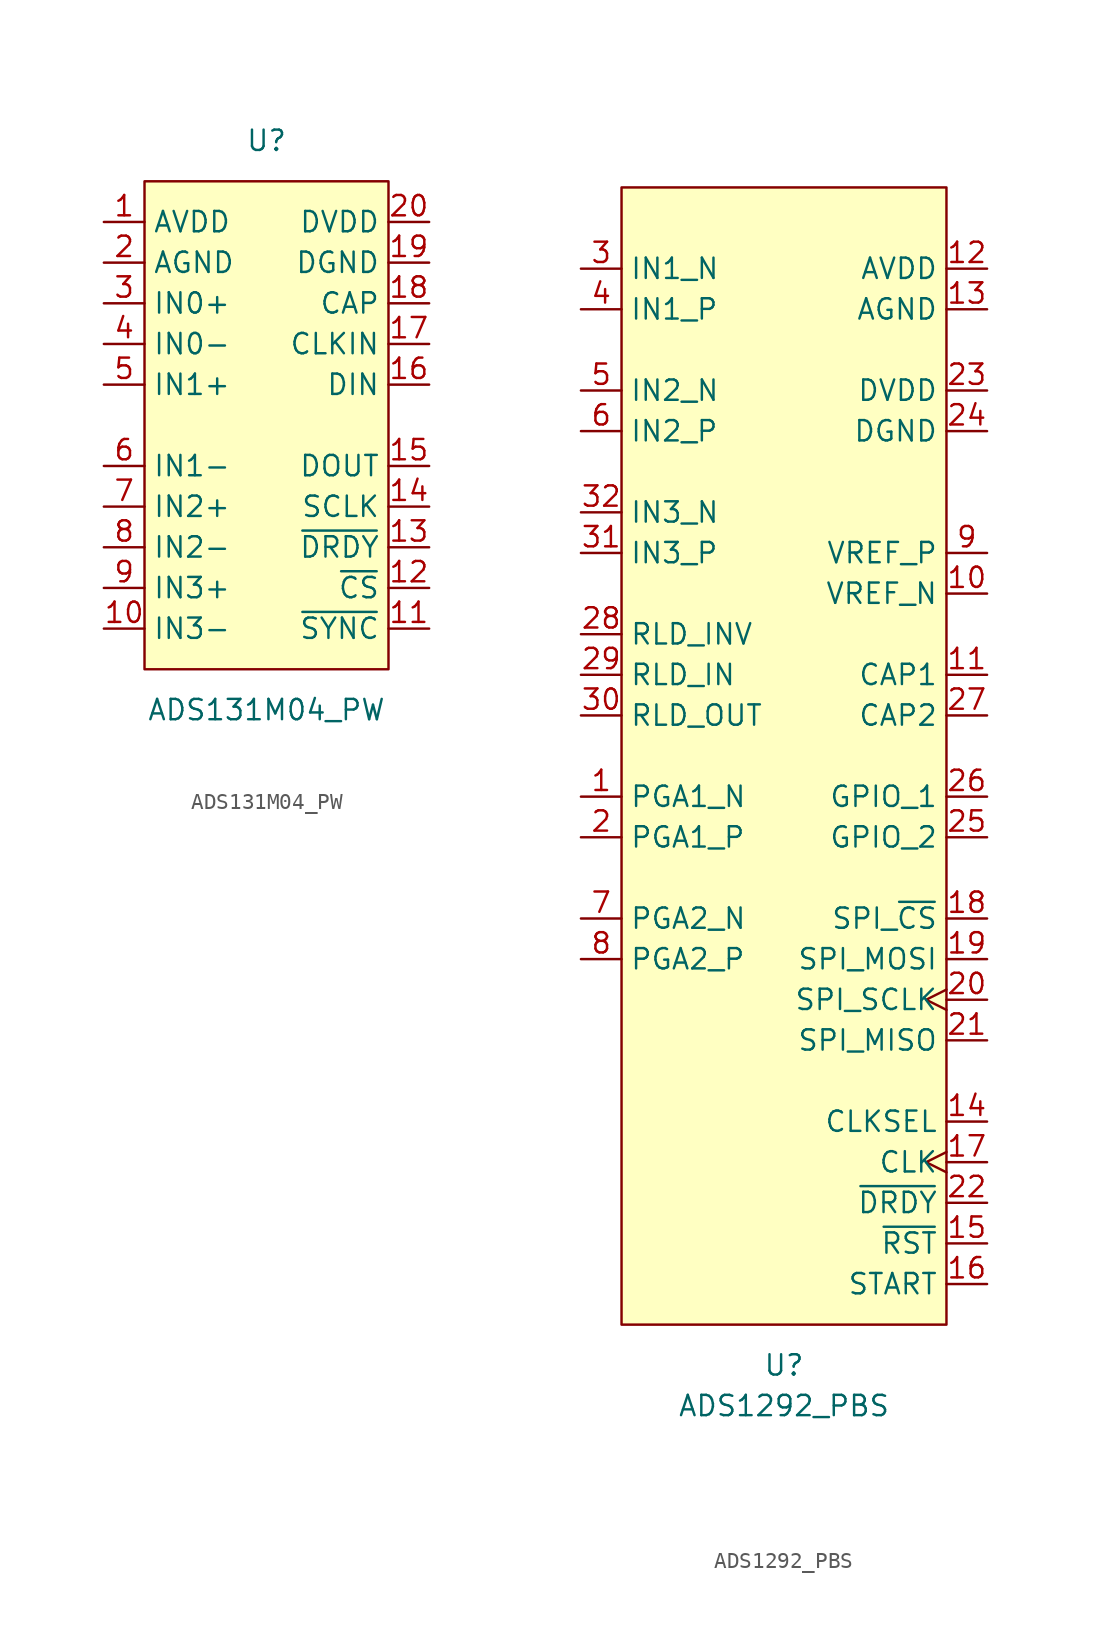
<source format=kicad_sym>
(kicad_symbol_lib
  (version 20211014)
  (generator kicad_symbol_editor)
  (symbol "ADS131M04_PW"
    (property "Reference" "U"
      (at 0 17.78 0)
      (effects (font (size 1.27 1.27))))
    (property "Value" "ADS131M04_PW"
      (at 0 -17.78 0)
      (effects (font (size 1.27 1.27))))
    (symbol "ADS131M04_PW_0_1"
      (rectangle (start -7.62 15.24) (end 7.62 -15.24) (stroke (width 0) (type default) (color 0 0 0 0)) (fill (type background))))
    (symbol "ADS131M04_PW_1_1"
      (pin power_in line (at -10.16 12.7 0) (length 2.54) (name "AVDD" (effects (font (size 1.27 1.27)))) (number "1" (effects (font (size 1.27 1.27)))))
      (pin input line (at -10.16 -12.7 0) (length 2.54) (name "IN3-" (effects (font (size 1.27 1.27)))) (number "10" (effects (font (size 1.27 1.27)))))
      (pin input line (at 10.16 -12.7 180) (length 2.54) (name "~{SYNC}" (effects (font (size 1.27 1.27)))) (number "11" (effects (font (size 1.27 1.27)))))
      (pin input line (at 10.16 -10.16 180) (length 2.54) (name "~{CS}" (effects (font (size 1.27 1.27)))) (number "12" (effects (font (size 1.27 1.27)))))
      (pin output line (at 10.16 -7.62 180) (length 2.54) (name "~{DRDY}" (effects (font (size 1.27 1.27)))) (number "13" (effects (font (size 1.27 1.27)))))
      (pin input line (at 10.16 -5.08 180) (length 2.54) (name "SCLK" (effects (font (size 1.27 1.27)))) (number "14" (effects (font (size 1.27 1.27)))))
      (pin output line (at 10.16 -2.54 180) (length 2.54) (name "DOUT" (effects (font (size 1.27 1.27)))) (number "15" (effects (font (size 1.27 1.27)))))
      (pin input line (at 10.16 2.54 180) (length 2.54) (name "DIN" (effects (font (size 1.27 1.27)))) (number "16" (effects (font (size 1.27 1.27)))))
      (pin input line (at 10.16 5.08 180) (length 2.54) (name "CLKIN" (effects (font (size 1.27 1.27)))) (number "17" (effects (font (size 1.27 1.27)))))
      (pin output line (at 10.16 7.62 180) (length 2.54) (name "CAP" (effects (font (size 1.27 1.27)))) (number "18" (effects (font (size 1.27 1.27)))))
      (pin passive line (at 10.16 10.16 180) (length 2.54) (name "DGND" (effects (font (size 1.27 1.27)))) (number "19" (effects (font (size 1.27 1.27)))))
      (pin passive line (at -10.16 10.16 0) (length 2.54) (name "AGND" (effects (font (size 1.27 1.27)))) (number "2" (effects (font (size 1.27 1.27)))))
      (pin power_in line (at 10.16 12.7 180) (length 2.54) (name "DVDD" (effects (font (size 1.27 1.27)))) (number "20" (effects (font (size 1.27 1.27)))))
      (pin input line (at -10.16 7.62 0) (length 2.54) (name "IN0+" (effects (font (size 1.27 1.27)))) (number "3" (effects (font (size 1.27 1.27)))))
      (pin input line (at -10.16 5.08 0) (length 2.54) (name "IN0-" (effects (font (size 1.27 1.27)))) (number "4" (effects (font (size 1.27 1.27)))))
      (pin input line (at -10.16 2.54 0) (length 2.54) (name "IN1+" (effects (font (size 1.27 1.27)))) (number "5" (effects (font (size 1.27 1.27)))))
      (pin input line (at -10.16 -2.54 0) (length 2.54) (name "IN1-" (effects (font (size 1.27 1.27)))) (number "6" (effects (font (size 1.27 1.27)))))
      (pin input line (at -10.16 -5.08 0) (length 2.54) (name "IN2+" (effects (font (size 1.27 1.27)))) (number "7" (effects (font (size 1.27 1.27)))))
      (pin input line (at -10.16 -7.62 0) (length 2.54) (name "IN2-" (effects (font (size 1.27 1.27)))) (number "8" (effects (font (size 1.27 1.27)))))
      (pin input line (at -10.16 -10.16 0) (length 2.54) (name "IN3+" (effects (font (size 1.27 1.27)))) (number "9" (effects (font (size 1.27 1.27)))))))
  (symbol "ADS1292_PBS"
    (property "Reference" "U"
      (at 0 -38.1 0)
      (effects (font (size 1.27 1.27))))
    (property "Value" "ADS1292_PBS"
      (at 0 -40.64 0)
      (effects (font (size 1.27 1.27))))
    (symbol "ADS1292_PBS_0_1"
      (rectangle (start 10.16 -35.56) (end -10.16 35.56) (stroke (width 0) (type default) (color 0 0 0 0)) (fill (type background))))
    (symbol "ADS1292_PBS_1_1"
      (pin output line (at -12.7 -2.54 0) (length 2.54) (name "PGA1_N" (effects (font (size 1.27 1.27)))) (number "1" (effects (font (size 1.27 1.27)))))
      (pin input line (at 12.7 10.16 180) (length 2.54) (name "VREF_N" (effects (font (size 1.27 1.27)))) (number "10" (effects (font (size 1.27 1.27)))))
      (pin passive line (at 12.7 5.08 180) (length 2.54) (name "CAP1" (effects (font (size 1.27 1.27)))) (number "11" (effects (font (size 1.27 1.27)))))
      (pin power_in line (at 12.7 30.48 180) (length 2.54) (name "AVDD" (effects (font (size 1.27 1.27)))) (number "12" (effects (font (size 1.27 1.27)))))
      (pin passive line (at 12.7 27.94 180) (length 2.54) (name "AGND" (effects (font (size 1.27 1.27)))) (number "13" (effects (font (size 1.27 1.27)))))
      (pin input line (at 12.7 -22.86 180) (length 2.54) (name "CLKSEL" (effects (font (size 1.27 1.27)))) (number "14" (effects (font (size 1.27 1.27)))))
      (pin input line (at 12.7 -30.48 180) (length 2.54) (name "~{RST}" (effects (font (size 1.27 1.27)))) (number "15" (effects (font (size 1.27 1.27)))))
      (pin input line (at 12.7 -33.02 180) (length 2.54) (name "START" (effects (font (size 1.27 1.27)))) (number "16" (effects (font (size 1.27 1.27)))))
      (pin bidirectional clock (at 12.7 -25.4 180) (length 2.54) (name "CLK" (effects (font (size 1.27 1.27)))) (number "17" (effects (font (size 1.27 1.27)))))
      (pin input line (at 12.7 -10.16 180) (length 2.54) (name "SPI_~{CS}" (effects (font (size 1.27 1.27)))) (number "18" (effects (font (size 1.27 1.27)))))
      (pin input line (at 12.7 -12.7 180) (length 2.54) (name "SPI_MOSI" (effects (font (size 1.27 1.27)))) (number "19" (effects (font (size 1.27 1.27)))))
      (pin output line (at -12.7 -5.08 0) (length 2.54) (name "PGA1_P" (effects (font (size 1.27 1.27)))) (number "2" (effects (font (size 1.27 1.27)))))
      (pin input clock (at 12.7 -15.24 180) (length 2.54) (name "SPI_SCLK" (effects (font (size 1.27 1.27)))) (number "20" (effects (font (size 1.27 1.27)))))
      (pin output line (at 12.7 -17.78 180) (length 2.54) (name "SPI_MISO" (effects (font (size 1.27 1.27)))) (number "21" (effects (font (size 1.27 1.27)))))
      (pin output line (at 12.7 -27.94 180) (length 2.54) (name "~{DRDY}" (effects (font (size 1.27 1.27)))) (number "22" (effects (font (size 1.27 1.27)))))
      (pin power_in line (at 12.7 22.86 180) (length 2.54) (name "DVDD" (effects (font (size 1.27 1.27)))) (number "23" (effects (font (size 1.27 1.27)))))
      (pin passive line (at 12.7 20.32 180) (length 2.54) (name "DGND" (effects (font (size 1.27 1.27)))) (number "24" (effects (font (size 1.27 1.27)))))
      (pin bidirectional line (at 12.7 -5.08 180) (length 2.54) (name "GPIO_2" (effects (font (size 1.27 1.27)))) (number "25" (effects (font (size 1.27 1.27)))))
      (pin bidirectional line (at 12.7 -2.54 180) (length 2.54) (name "GPIO_1" (effects (font (size 1.27 1.27)))) (number "26" (effects (font (size 1.27 1.27)))))
      (pin passive line (at 12.7 2.54 180) (length 2.54) (name "CAP2" (effects (font (size 1.27 1.27)))) (number "27" (effects (font (size 1.27 1.27)))))
      (pin input line (at -12.7 7.62 0) (length 2.54) (name "RLD_INV" (effects (font (size 1.27 1.27)))) (number "28" (effects (font (size 1.27 1.27)))))
      (pin input line (at -12.7 5.08 0) (length 2.54) (name "RLD_IN" (effects (font (size 1.27 1.27)))) (number "29" (effects (font (size 1.27 1.27)))))
      (pin input line (at -12.7 30.48 0) (length 2.54) (name "IN1_N" (effects (font (size 1.27 1.27)))) (number "3" (effects (font (size 1.27 1.27)))))
      (pin output line (at -12.7 2.54 0) (length 2.54) (name "RLD_OUT" (effects (font (size 1.27 1.27)))) (number "30" (effects (font (size 1.27 1.27)))))
      (pin input line (at -12.7 12.7 0) (length 2.54) (name "IN3_P" (effects (font (size 1.27 1.27)))) (number "31" (effects (font (size 1.27 1.27)))))
      (pin input line (at -12.7 15.24 0) (length 2.54) (name "IN3_N" (effects (font (size 1.27 1.27)))) (number "32" (effects (font (size 1.27 1.27)))))
      (pin input line (at -12.7 27.94 0) (length 2.54) (name "IN1_P" (effects (font (size 1.27 1.27)))) (number "4" (effects (font (size 1.27 1.27)))))
      (pin input line (at -12.7 22.86 0) (length 2.54) (name "IN2_N" (effects (font (size 1.27 1.27)))) (number "5" (effects (font (size 1.27 1.27)))))
      (pin input line (at -12.7 20.32 0) (length 2.54) (name "IN2_P" (effects (font (size 1.27 1.27)))) (number "6" (effects (font (size 1.27 1.27)))))
      (pin output line (at -12.7 -10.16 0) (length 2.54) (name "PGA2_N" (effects (font (size 1.27 1.27)))) (number "7" (effects (font (size 1.27 1.27)))))
      (pin output line (at -12.7 -12.7 0) (length 2.54) (name "PGA2_P" (effects (font (size 1.27 1.27)))) (number "8" (effects (font (size 1.27 1.27)))))
      (pin bidirectional line (at 12.7 12.7 180) (length 2.54) (name "VREF_P" (effects (font (size 1.27 1.27)))) (number "9" (effects (font (size 1.27 1.27))))))))
</source>
